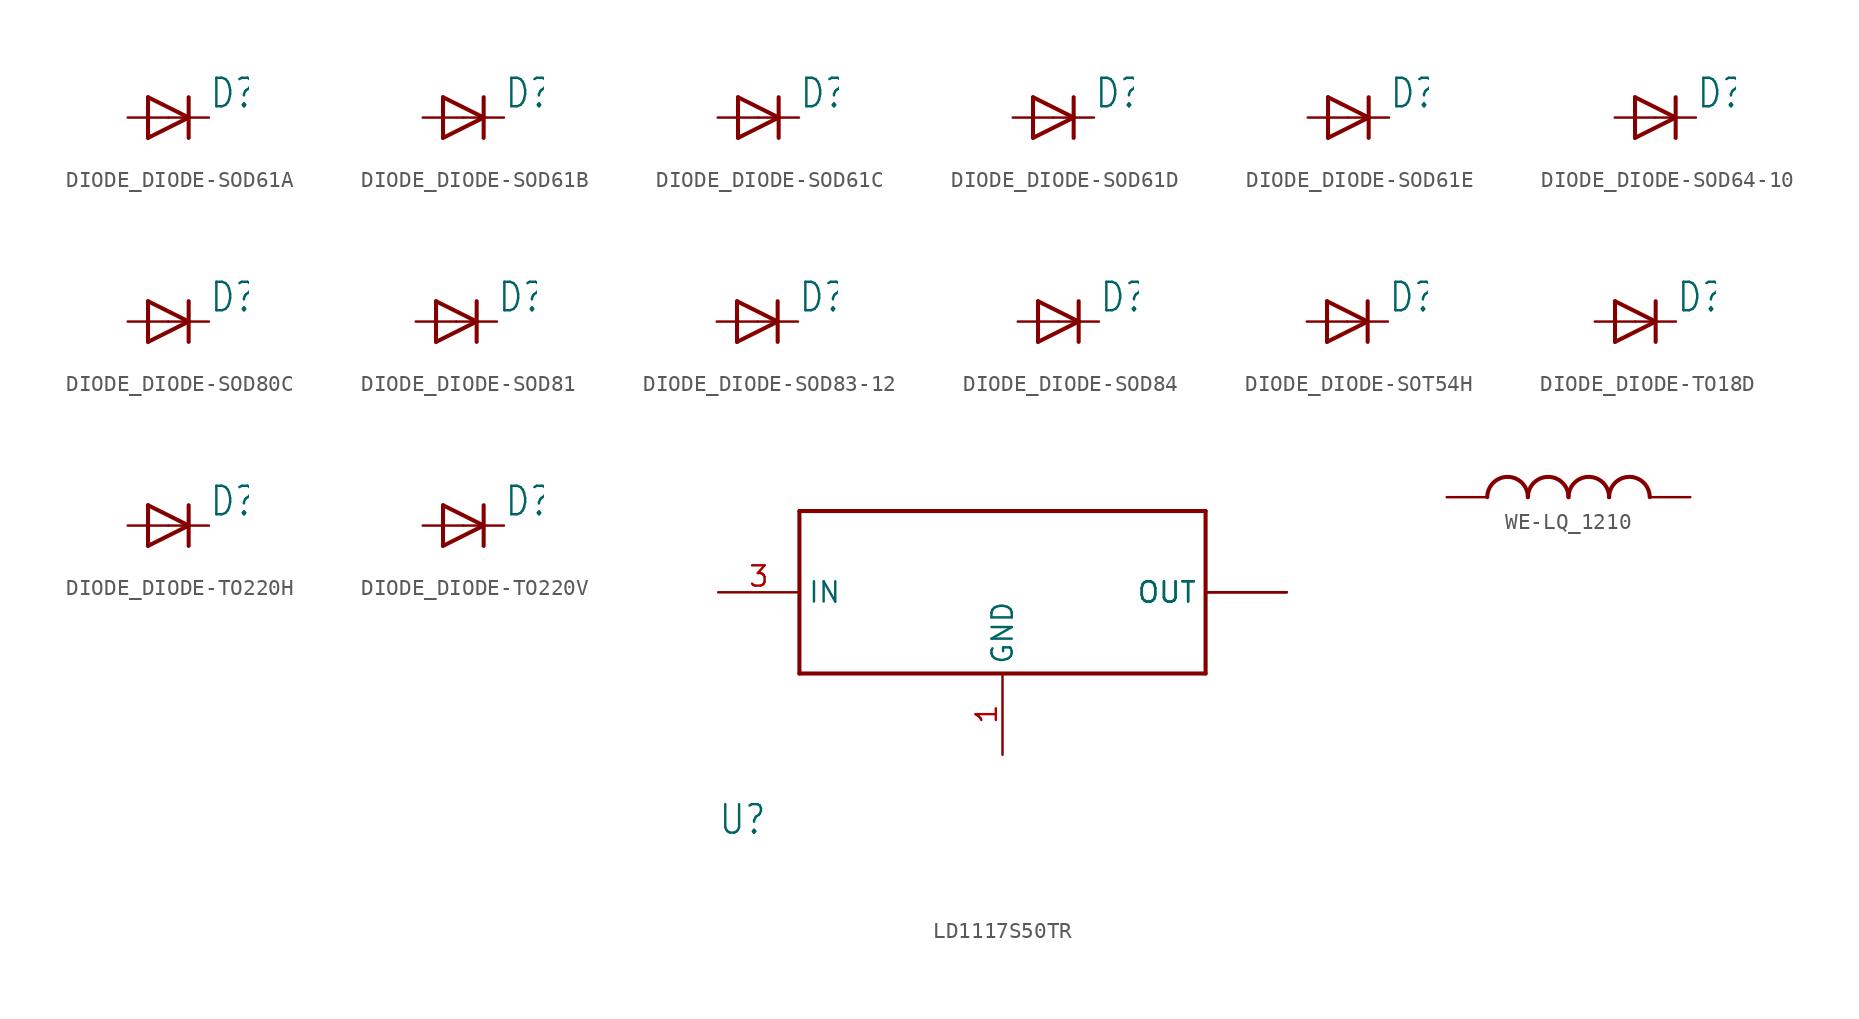
<source format=kicad_sym>
(kicad_symbol_lib
  (version 20231120)
  (generator "kicad_symbol_editor")
  (generator_version "8.0")
  (symbol "DIODE_DIODE-SOD61A"
    (property "Reference" "D"
      (at 2.54 0.483 0)
      (effects (font (size 1.778 1.511)) (justify left bottom)))
    (property "Value" ""
      (at 2.54 -2.311 0)
      (effects (font (size 1.778 1.511)) (justify left bottom)))
    (property "ki_locked" ""
      (at 0 0 0)
      (effects (font (size 1.27 1.27))))
    (symbol "DIODE_DIODE-SOD61A_1_0"
      (polyline (pts (xy -1.27 -1.27) (xy 1.27 0)) (stroke (width 0.254) (type solid)) (fill (type none)))
      (polyline (pts (xy -1.27 1.27) (xy -1.27 -1.27)) (stroke (width 0.254) (type solid)) (fill (type none)))
      (polyline (pts (xy 1.27 0) (xy -1.27 1.27)) (stroke (width 0.254) (type solid)) (fill (type none)))
      (polyline (pts (xy 1.27 0) (xy 1.27 -1.27)) (stroke (width 0.254) (type solid)) (fill (type none)))
      (polyline (pts (xy 1.27 1.27) (xy 1.27 0)) (stroke (width 0.254) (type solid)) (fill (type none)))
      (pin passive line (at -2.54 0 0) (length 2.54) (name "A" (effects (font (size 0 0)))) (number "A" (effects (font (size 0 0)))))
      (pin passive line (at 2.54 0 180) (length 2.54) (name "C" (effects (font (size 0 0)))) (number "C" (effects (font (size 0 0)))))))
  (symbol "DIODE_DIODE-SOD61B"
    (property "Reference" "D"
      (at 2.54 0.483 0)
      (effects (font (size 1.778 1.511)) (justify left bottom)))
    (property "Value" ""
      (at 2.54 -2.311 0)
      (effects (font (size 1.778 1.511)) (justify left bottom)))
    (property "ki_locked" ""
      (at 0 0 0)
      (effects (font (size 1.27 1.27))))
    (symbol "DIODE_DIODE-SOD61B_1_0"
      (polyline (pts (xy -1.27 -1.27) (xy 1.27 0)) (stroke (width 0.254) (type solid)) (fill (type none)))
      (polyline (pts (xy -1.27 1.27) (xy -1.27 -1.27)) (stroke (width 0.254) (type solid)) (fill (type none)))
      (polyline (pts (xy 1.27 0) (xy -1.27 1.27)) (stroke (width 0.254) (type solid)) (fill (type none)))
      (polyline (pts (xy 1.27 0) (xy 1.27 -1.27)) (stroke (width 0.254) (type solid)) (fill (type none)))
      (polyline (pts (xy 1.27 1.27) (xy 1.27 0)) (stroke (width 0.254) (type solid)) (fill (type none)))
      (pin passive line (at -2.54 0 0) (length 2.54) (name "A" (effects (font (size 0 0)))) (number "A" (effects (font (size 0 0)))))
      (pin passive line (at 2.54 0 180) (length 2.54) (name "C" (effects (font (size 0 0)))) (number "C" (effects (font (size 0 0)))))))
  (symbol "DIODE_DIODE-SOD61C"
    (property "Reference" "D"
      (at 2.54 0.483 0)
      (effects (font (size 1.778 1.511)) (justify left bottom)))
    (property "Value" ""
      (at 2.54 -2.311 0)
      (effects (font (size 1.778 1.511)) (justify left bottom)))
    (property "ki_locked" ""
      (at 0 0 0)
      (effects (font (size 1.27 1.27))))
    (symbol "DIODE_DIODE-SOD61C_1_0"
      (polyline (pts (xy -1.27 -1.27) (xy 1.27 0)) (stroke (width 0.254) (type solid)) (fill (type none)))
      (polyline (pts (xy -1.27 1.27) (xy -1.27 -1.27)) (stroke (width 0.254) (type solid)) (fill (type none)))
      (polyline (pts (xy 1.27 0) (xy -1.27 1.27)) (stroke (width 0.254) (type solid)) (fill (type none)))
      (polyline (pts (xy 1.27 0) (xy 1.27 -1.27)) (stroke (width 0.254) (type solid)) (fill (type none)))
      (polyline (pts (xy 1.27 1.27) (xy 1.27 0)) (stroke (width 0.254) (type solid)) (fill (type none)))
      (pin passive line (at -2.54 0 0) (length 2.54) (name "A" (effects (font (size 0 0)))) (number "A" (effects (font (size 0 0)))))
      (pin passive line (at 2.54 0 180) (length 2.54) (name "C" (effects (font (size 0 0)))) (number "C" (effects (font (size 0 0)))))))
  (symbol "DIODE_DIODE-SOD61D"
    (property "Reference" "D"
      (at 2.54 0.483 0)
      (effects (font (size 1.778 1.511)) (justify left bottom)))
    (property "Value" ""
      (at 2.54 -2.311 0)
      (effects (font (size 1.778 1.511)) (justify left bottom)))
    (property "ki_locked" ""
      (at 0 0 0)
      (effects (font (size 1.27 1.27))))
    (symbol "DIODE_DIODE-SOD61D_1_0"
      (polyline (pts (xy -1.27 -1.27) (xy 1.27 0)) (stroke (width 0.254) (type solid)) (fill (type none)))
      (polyline (pts (xy -1.27 1.27) (xy -1.27 -1.27)) (stroke (width 0.254) (type solid)) (fill (type none)))
      (polyline (pts (xy 1.27 0) (xy -1.27 1.27)) (stroke (width 0.254) (type solid)) (fill (type none)))
      (polyline (pts (xy 1.27 0) (xy 1.27 -1.27)) (stroke (width 0.254) (type solid)) (fill (type none)))
      (polyline (pts (xy 1.27 1.27) (xy 1.27 0)) (stroke (width 0.254) (type solid)) (fill (type none)))
      (pin passive line (at -2.54 0 0) (length 2.54) (name "A" (effects (font (size 0 0)))) (number "A" (effects (font (size 0 0)))))
      (pin passive line (at 2.54 0 180) (length 2.54) (name "C" (effects (font (size 0 0)))) (number "C" (effects (font (size 0 0)))))))
  (symbol "DIODE_DIODE-SOD61E"
    (property "Reference" "D"
      (at 2.54 0.483 0)
      (effects (font (size 1.778 1.511)) (justify left bottom)))
    (property "Value" ""
      (at 2.54 -2.311 0)
      (effects (font (size 1.778 1.511)) (justify left bottom)))
    (property "ki_locked" ""
      (at 0 0 0)
      (effects (font (size 1.27 1.27))))
    (symbol "DIODE_DIODE-SOD61E_1_0"
      (polyline (pts (xy -1.27 -1.27) (xy 1.27 0)) (stroke (width 0.254) (type solid)) (fill (type none)))
      (polyline (pts (xy -1.27 1.27) (xy -1.27 -1.27)) (stroke (width 0.254) (type solid)) (fill (type none)))
      (polyline (pts (xy 1.27 0) (xy -1.27 1.27)) (stroke (width 0.254) (type solid)) (fill (type none)))
      (polyline (pts (xy 1.27 0) (xy 1.27 -1.27)) (stroke (width 0.254) (type solid)) (fill (type none)))
      (polyline (pts (xy 1.27 1.27) (xy 1.27 0)) (stroke (width 0.254) (type solid)) (fill (type none)))
      (pin passive line (at -2.54 0 0) (length 2.54) (name "A" (effects (font (size 0 0)))) (number "A" (effects (font (size 0 0)))))
      (pin passive line (at 2.54 0 180) (length 2.54) (name "C" (effects (font (size 0 0)))) (number "C" (effects (font (size 0 0)))))))
  (symbol "DIODE_DIODE-SOD64-10"
    (property "Reference" "D"
      (at 2.54 0.483 0)
      (effects (font (size 1.778 1.511)) (justify left bottom)))
    (property "Value" ""
      (at 2.54 -2.311 0)
      (effects (font (size 1.778 1.511)) (justify left bottom)))
    (property "ki_locked" ""
      (at 0 0 0)
      (effects (font (size 1.27 1.27))))
    (symbol "DIODE_DIODE-SOD64-10_1_0"
      (polyline (pts (xy -1.27 -1.27) (xy 1.27 0)) (stroke (width 0.254) (type solid)) (fill (type none)))
      (polyline (pts (xy -1.27 1.27) (xy -1.27 -1.27)) (stroke (width 0.254) (type solid)) (fill (type none)))
      (polyline (pts (xy 1.27 0) (xy -1.27 1.27)) (stroke (width 0.254) (type solid)) (fill (type none)))
      (polyline (pts (xy 1.27 0) (xy 1.27 -1.27)) (stroke (width 0.254) (type solid)) (fill (type none)))
      (polyline (pts (xy 1.27 1.27) (xy 1.27 0)) (stroke (width 0.254) (type solid)) (fill (type none)))
      (pin passive line (at -2.54 0 0) (length 2.54) (name "A" (effects (font (size 0 0)))) (number "A" (effects (font (size 0 0)))))
      (pin passive line (at 2.54 0 180) (length 2.54) (name "C" (effects (font (size 0 0)))) (number "C" (effects (font (size 0 0)))))))
  (symbol "DIODE_DIODE-SOD80C"
    (property "Reference" "D"
      (at 2.54 0.483 0)
      (effects (font (size 1.778 1.511)) (justify left bottom)))
    (property "Value" ""
      (at 2.54 -2.311 0)
      (effects (font (size 1.778 1.511)) (justify left bottom)))
    (property "ki_locked" ""
      (at 0 0 0)
      (effects (font (size 1.27 1.27))))
    (symbol "DIODE_DIODE-SOD80C_1_0"
      (polyline (pts (xy -1.27 -1.27) (xy 1.27 0)) (stroke (width 0.254) (type solid)) (fill (type none)))
      (polyline (pts (xy -1.27 1.27) (xy -1.27 -1.27)) (stroke (width 0.254) (type solid)) (fill (type none)))
      (polyline (pts (xy 1.27 0) (xy -1.27 1.27)) (stroke (width 0.254) (type solid)) (fill (type none)))
      (polyline (pts (xy 1.27 0) (xy 1.27 -1.27)) (stroke (width 0.254) (type solid)) (fill (type none)))
      (polyline (pts (xy 1.27 1.27) (xy 1.27 0)) (stroke (width 0.254) (type solid)) (fill (type none)))
      (pin passive line (at -2.54 0 0) (length 2.54) (name "A" (effects (font (size 0 0)))) (number "A" (effects (font (size 0 0)))))
      (pin passive line (at 2.54 0 180) (length 2.54) (name "C" (effects (font (size 0 0)))) (number "C" (effects (font (size 0 0)))))))
  (symbol "DIODE_DIODE-SOD81"
    (property "Reference" "D"
      (at 2.54 0.483 0)
      (effects (font (size 1.778 1.511)) (justify left bottom)))
    (property "Value" ""
      (at 2.54 -2.311 0)
      (effects (font (size 1.778 1.511)) (justify left bottom)))
    (property "ki_locked" ""
      (at 0 0 0)
      (effects (font (size 1.27 1.27))))
    (symbol "DIODE_DIODE-SOD81_1_0"
      (polyline (pts (xy -1.27 -1.27) (xy 1.27 0)) (stroke (width 0.254) (type solid)) (fill (type none)))
      (polyline (pts (xy -1.27 1.27) (xy -1.27 -1.27)) (stroke (width 0.254) (type solid)) (fill (type none)))
      (polyline (pts (xy 1.27 0) (xy -1.27 1.27)) (stroke (width 0.254) (type solid)) (fill (type none)))
      (polyline (pts (xy 1.27 0) (xy 1.27 -1.27)) (stroke (width 0.254) (type solid)) (fill (type none)))
      (polyline (pts (xy 1.27 1.27) (xy 1.27 0)) (stroke (width 0.254) (type solid)) (fill (type none)))
      (pin passive line (at -2.54 0 0) (length 2.54) (name "A" (effects (font (size 0 0)))) (number "A" (effects (font (size 0 0)))))
      (pin passive line (at 2.54 0 180) (length 2.54) (name "C" (effects (font (size 0 0)))) (number "C" (effects (font (size 0 0)))))))
  (symbol "DIODE_DIODE-SOD83-12"
    (property "Reference" "D"
      (at 2.54 0.483 0)
      (effects (font (size 1.778 1.511)) (justify left bottom)))
    (property "Value" ""
      (at 2.54 -2.311 0)
      (effects (font (size 1.778 1.511)) (justify left bottom)))
    (property "ki_locked" ""
      (at 0 0 0)
      (effects (font (size 1.27 1.27))))
    (symbol "DIODE_DIODE-SOD83-12_1_0"
      (polyline (pts (xy -1.27 -1.27) (xy 1.27 0)) (stroke (width 0.254) (type solid)) (fill (type none)))
      (polyline (pts (xy -1.27 1.27) (xy -1.27 -1.27)) (stroke (width 0.254) (type solid)) (fill (type none)))
      (polyline (pts (xy 1.27 0) (xy -1.27 1.27)) (stroke (width 0.254) (type solid)) (fill (type none)))
      (polyline (pts (xy 1.27 0) (xy 1.27 -1.27)) (stroke (width 0.254) (type solid)) (fill (type none)))
      (polyline (pts (xy 1.27 1.27) (xy 1.27 0)) (stroke (width 0.254) (type solid)) (fill (type none)))
      (pin passive line (at -2.54 0 0) (length 2.54) (name "A" (effects (font (size 0 0)))) (number "A" (effects (font (size 0 0)))))
      (pin passive line (at 2.54 0 180) (length 2.54) (name "C" (effects (font (size 0 0)))) (number "C" (effects (font (size 0 0)))))))
  (symbol "DIODE_DIODE-SOD84"
    (property "Reference" "D"
      (at 2.54 0.483 0)
      (effects (font (size 1.778 1.511)) (justify left bottom)))
    (property "Value" ""
      (at 2.54 -2.311 0)
      (effects (font (size 1.778 1.511)) (justify left bottom)))
    (property "ki_locked" ""
      (at 0 0 0)
      (effects (font (size 1.27 1.27))))
    (symbol "DIODE_DIODE-SOD84_1_0"
      (polyline (pts (xy -1.27 -1.27) (xy 1.27 0)) (stroke (width 0.254) (type solid)) (fill (type none)))
      (polyline (pts (xy -1.27 1.27) (xy -1.27 -1.27)) (stroke (width 0.254) (type solid)) (fill (type none)))
      (polyline (pts (xy 1.27 0) (xy -1.27 1.27)) (stroke (width 0.254) (type solid)) (fill (type none)))
      (polyline (pts (xy 1.27 0) (xy 1.27 -1.27)) (stroke (width 0.254) (type solid)) (fill (type none)))
      (polyline (pts (xy 1.27 1.27) (xy 1.27 0)) (stroke (width 0.254) (type solid)) (fill (type none)))
      (pin passive line (at -2.54 0 0) (length 2.54) (name "A" (effects (font (size 0 0)))) (number "A" (effects (font (size 0 0)))))
      (pin passive line (at 2.54 0 180) (length 2.54) (name "C" (effects (font (size 0 0)))) (number "C" (effects (font (size 0 0)))))))
  (symbol "DIODE_DIODE-SOT54H"
    (property "Reference" "D"
      (at 2.54 0.483 0)
      (effects (font (size 1.778 1.511)) (justify left bottom)))
    (property "Value" ""
      (at 2.54 -2.311 0)
      (effects (font (size 1.778 1.511)) (justify left bottom)))
    (property "ki_locked" ""
      (at 0 0 0)
      (effects (font (size 1.27 1.27))))
    (symbol "DIODE_DIODE-SOT54H_1_0"
      (polyline (pts (xy -1.27 -1.27) (xy 1.27 0)) (stroke (width 0.254) (type solid)) (fill (type none)))
      (polyline (pts (xy -1.27 1.27) (xy -1.27 -1.27)) (stroke (width 0.254) (type solid)) (fill (type none)))
      (polyline (pts (xy 1.27 0) (xy -1.27 1.27)) (stroke (width 0.254) (type solid)) (fill (type none)))
      (polyline (pts (xy 1.27 0) (xy 1.27 -1.27)) (stroke (width 0.254) (type solid)) (fill (type none)))
      (polyline (pts (xy 1.27 1.27) (xy 1.27 0)) (stroke (width 0.254) (type solid)) (fill (type none)))
      (pin passive line (at -2.54 0 0) (length 2.54) (name "A" (effects (font (size 0 0)))) (number "A" (effects (font (size 0 0)))))
      (pin passive line (at 2.54 0 180) (length 2.54) (name "C" (effects (font (size 0 0)))) (number "C" (effects (font (size 0 0)))))))
  (symbol "DIODE_DIODE-TO18D"
    (property "Reference" "D"
      (at 2.54 0.483 0)
      (effects (font (size 1.778 1.511)) (justify left bottom)))
    (property "Value" ""
      (at 2.54 -2.311 0)
      (effects (font (size 1.778 1.511)) (justify left bottom)))
    (property "ki_locked" ""
      (at 0 0 0)
      (effects (font (size 1.27 1.27))))
    (symbol "DIODE_DIODE-TO18D_1_0"
      (polyline (pts (xy -1.27 -1.27) (xy 1.27 0)) (stroke (width 0.254) (type solid)) (fill (type none)))
      (polyline (pts (xy -1.27 1.27) (xy -1.27 -1.27)) (stroke (width 0.254) (type solid)) (fill (type none)))
      (polyline (pts (xy 1.27 0) (xy -1.27 1.27)) (stroke (width 0.254) (type solid)) (fill (type none)))
      (polyline (pts (xy 1.27 0) (xy 1.27 -1.27)) (stroke (width 0.254) (type solid)) (fill (type none)))
      (polyline (pts (xy 1.27 1.27) (xy 1.27 0)) (stroke (width 0.254) (type solid)) (fill (type none)))
      (pin passive line (at -2.54 0 0) (length 2.54) (name "A" (effects (font (size 0 0)))) (number "A" (effects (font (size 0 0)))))
      (pin passive line (at 2.54 0 180) (length 2.54) (name "C" (effects (font (size 0 0)))) (number "C" (effects (font (size 0 0)))))))
  (symbol "DIODE_DIODE-TO220H"
    (property "Reference" "D"
      (at 2.54 0.483 0)
      (effects (font (size 1.778 1.511)) (justify left bottom)))
    (property "Value" ""
      (at 2.54 -2.311 0)
      (effects (font (size 1.778 1.511)) (justify left bottom)))
    (property "ki_locked" ""
      (at 0 0 0)
      (effects (font (size 1.27 1.27))))
    (symbol "DIODE_DIODE-TO220H_1_0"
      (polyline (pts (xy -1.27 -1.27) (xy 1.27 0)) (stroke (width 0.254) (type solid)) (fill (type none)))
      (polyline (pts (xy -1.27 1.27) (xy -1.27 -1.27)) (stroke (width 0.254) (type solid)) (fill (type none)))
      (polyline (pts (xy 1.27 0) (xy -1.27 1.27)) (stroke (width 0.254) (type solid)) (fill (type none)))
      (polyline (pts (xy 1.27 0) (xy 1.27 -1.27)) (stroke (width 0.254) (type solid)) (fill (type none)))
      (polyline (pts (xy 1.27 1.27) (xy 1.27 0)) (stroke (width 0.254) (type solid)) (fill (type none)))
      (pin passive line (at -2.54 0 0) (length 2.54) (name "A" (effects (font (size 0 0)))) (number "A" (effects (font (size 0 0)))))
      (pin passive line (at 2.54 0 180) (length 2.54) (name "C" (effects (font (size 0 0)))) (number "C" (effects (font (size 0 0)))))))
  (symbol "DIODE_DIODE-TO220V"
    (property "Reference" "D"
      (at 2.54 0.483 0)
      (effects (font (size 1.778 1.511)) (justify left bottom)))
    (property "Value" ""
      (at 2.54 -2.311 0)
      (effects (font (size 1.778 1.511)) (justify left bottom)))
    (property "ki_locked" ""
      (at 0 0 0)
      (effects (font (size 1.27 1.27))))
    (symbol "DIODE_DIODE-TO220V_1_0"
      (polyline (pts (xy -1.27 -1.27) (xy 1.27 0)) (stroke (width 0.254) (type solid)) (fill (type none)))
      (polyline (pts (xy -1.27 1.27) (xy -1.27 -1.27)) (stroke (width 0.254) (type solid)) (fill (type none)))
      (polyline (pts (xy 1.27 0) (xy -1.27 1.27)) (stroke (width 0.254) (type solid)) (fill (type none)))
      (polyline (pts (xy 1.27 0) (xy 1.27 -1.27)) (stroke (width 0.254) (type solid)) (fill (type none)))
      (polyline (pts (xy 1.27 1.27) (xy 1.27 0)) (stroke (width 0.254) (type solid)) (fill (type none)))
      (pin passive line (at -2.54 0 0) (length 2.54) (name "A" (effects (font (size 0 0)))) (number "A" (effects (font (size 0 0)))))
      (pin passive line (at 2.54 0 180) (length 2.54) (name "C" (effects (font (size 0 0)))) (number "C" (effects (font (size 0 0)))))))
  (symbol "LD1117S50TR"
    (property "Reference" "U"
      (at -17.797 -15.254 0)
      (effects (font (size 1.78 1.513)) (justify left bottom)))
    (property "Value" ""
      (at -17.804 -17.804 0)
      (effects (font (size 1.78 1.513)) (justify left bottom)))
    (property "ki_locked" ""
      (at 0 0 0)
      (effects (font (size 1.27 1.27))))
    (symbol "LD1117S50TR_1_0"
      (polyline (pts (xy -12.7 -5.08) (xy -12.7 5.08)) (stroke (width 0.254) (type solid)) (fill (type none)))
      (polyline (pts (xy -12.7 5.08) (xy 12.7 5.08)) (stroke (width 0.254) (type solid)) (fill (type none)))
      (polyline (pts (xy 12.7 -5.08) (xy -12.7 -5.08)) (stroke (width 0.254) (type solid)) (fill (type none)))
      (polyline (pts (xy 12.7 5.08) (xy 12.7 -5.08)) (stroke (width 0.254) (type solid)) (fill (type none)))
      (pin passive line (at 0 -10.16 90) (length 5.08) (name "GND" (effects (font (size 1.27 1.27)))) (number "1" (effects (font (size 1.27 1.27)))))
      (pin output line (at 17.78 0 180) (length 5.08) (name "OUT" (effects (font (size 1.27 1.27)))) (number "2" (effects (font (size 0 0)))))
      (pin input line (at -17.78 0 0) (length 5.08) (name "IN" (effects (font (size 1.27 1.27)))) (number "3" (effects (font (size 1.27 1.27)))))
      (pin output line (at 17.78 0 180) (length 5.08) (name "OUT" (effects (font (size 1.27 1.27)))) (number "4" (effects (font (size 0 0)))))))
  (symbol "WE-LQ_1210"
    (property "Reference" "L"
      (at -2.54 2.54 0)
      (effects (font (size 1.27 1.079)) (justify left bottom) (hide yes)))
    (property "ki_locked" ""
      (at 0 0 0)
      (effects (font (size 1.27 1.27))))
    (symbol "WE-LQ_1210_1_0"
      (arc (start -2.54 0) (mid -3.81 1.27) (end -5.08 0) (stroke (width 0.254) (type solid)) (fill (type none)))
      (arc (start 0 0) (mid -1.27 1.27) (end -2.54 0) (stroke (width 0.254) (type solid)) (fill (type none)))
      (arc (start 2.54 0) (mid 1.27 1.27) (end 0 0) (stroke (width 0.254) (type solid)) (fill (type none)))
      (arc (start 5.08 0) (mid 3.81 1.27) (end 2.54 0) (stroke (width 0.254) (type solid)) (fill (type none)))
      (pin passive line (at -7.62 0 0) (length 2.54) (name "1" (effects (font (size 0 0)))) (number "1" (effects (font (size 0 0)))))
      (pin passive line (at 7.62 0 180) (length 2.54) (name "2" (effects (font (size 0 0)))) (number "2" (effects (font (size 0 0))))))))
</source>
